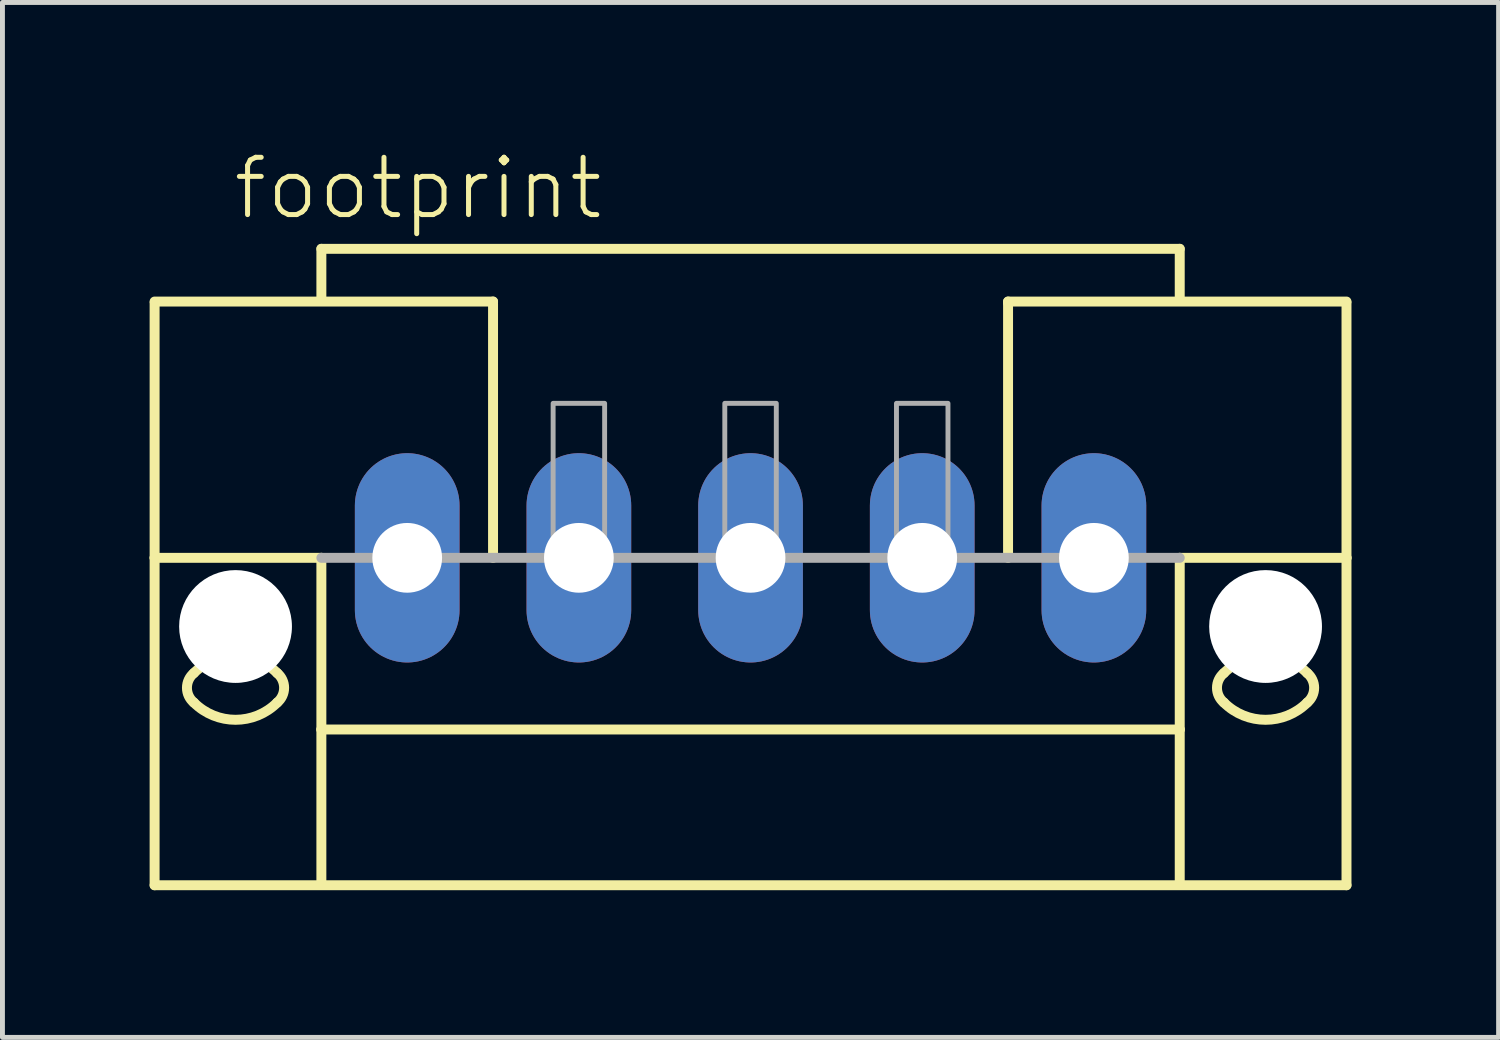
<source format=kicad_pcb>
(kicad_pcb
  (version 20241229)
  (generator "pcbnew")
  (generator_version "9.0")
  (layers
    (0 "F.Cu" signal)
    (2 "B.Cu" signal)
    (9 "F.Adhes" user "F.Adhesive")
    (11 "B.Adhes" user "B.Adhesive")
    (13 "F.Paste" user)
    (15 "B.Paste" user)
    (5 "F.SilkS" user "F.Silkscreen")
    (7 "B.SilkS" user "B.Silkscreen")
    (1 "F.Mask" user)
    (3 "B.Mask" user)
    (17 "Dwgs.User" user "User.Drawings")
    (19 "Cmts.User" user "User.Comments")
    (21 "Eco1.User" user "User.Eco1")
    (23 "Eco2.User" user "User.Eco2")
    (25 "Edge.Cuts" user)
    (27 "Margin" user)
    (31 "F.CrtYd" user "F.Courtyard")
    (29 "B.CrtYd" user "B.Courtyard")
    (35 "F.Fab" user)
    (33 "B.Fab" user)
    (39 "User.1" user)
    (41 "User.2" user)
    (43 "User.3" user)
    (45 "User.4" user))
  (footprint "footprint"
    (layer "F.Cu")
    (at 12.252 8.323)
    (property "Reference" "footprint" (at -10.6 -6.85 0) (layer "F.SilkS") (effects (font (size 1.168 1.168) (thickness 0.102)) (justify left bottom)))
    (fp_line (start -12.15 -5.225) (end -5.25 -5.225) (stroke (width 0.203) (type solid)) (layer "F.SilkS"))
    (fp_line (start -12.15 -5.2) (end -12.15 0) (stroke (width 0.203) (type solid)) (layer "F.SilkS"))
    (fp_line (start -12.15 0) (end -12.15 6.675) (stroke (width 0.203) (type solid)) (layer "F.SilkS"))
    (fp_line (start -12.15 0) (end -8.75 0) (stroke (width 0.203) (type solid)) (layer "F.SilkS"))
    (fp_line (start -12.15 6.675) (end 12.15 6.675) (stroke (width 0.203) (type solid)) (layer "F.SilkS"))
    (fp_line (start -8.75 -6.3) (end 8.75 -6.3) (stroke (width 0.203) (type solid)) (layer "F.SilkS"))
    (fp_line (start -8.75 -5.3) (end -8.75 -6.3) (stroke (width 0.203) (type solid)) (layer "F.SilkS"))
    (fp_line (start -8.75 0) (end -8.75 3.5) (stroke (width 0.203) (type solid)) (layer "F.SilkS"))
    (fp_line (start -8.75 3.5) (end 8.75 3.5) (stroke (width 0.203) (type solid)) (layer "F.SilkS"))
    (fp_line (start -8.75 6.65) (end -8.75 3.5) (stroke (width 0.203) (type solid)) (layer "F.SilkS"))
    (fp_line (start -5.25 -5.225) (end -5.25 -5.2) (stroke (width 0.203) (type solid)) (layer "F.SilkS"))
    (fp_line (start -5.25 -5.175) (end -5.25 0) (stroke (width 0.203) (type solid)) (layer "F.SilkS"))
    (fp_line (start 5.25 -5.225) (end 12.15 -5.225) (stroke (width 0.203) (type solid)) (layer "F.SilkS"))
    (fp_line (start 5.25 -5.2) (end 5.25 -5.225) (stroke (width 0.203) (type solid)) (layer "F.SilkS"))
    (fp_line (start 5.25 0) (end 5.25 -5.175) (stroke (width 0.203) (type solid)) (layer "F.SilkS"))
    (fp_line (start 8.75 -6.3) (end 8.75 -5.3) (stroke (width 0.203) (type solid)) (layer "F.SilkS"))
    (fp_line (start 8.75 3.5) (end 8.75 0) (stroke (width 0.203) (type solid)) (layer "F.SilkS"))
    (fp_line (start 8.75 6.65) (end 8.75 3.5) (stroke (width 0.203) (type solid)) (layer "F.SilkS"))
    (fp_line (start 12.15 0) (end 8.75 0) (stroke (width 0.203) (type solid)) (layer "F.SilkS"))
    (fp_line (start 12.15 0) (end 12.15 -5.2) (stroke (width 0.203) (type solid)) (layer "F.SilkS"))
    (fp_line (start 12.15 6.675) (end 12.15 0) (stroke (width 0.203) (type solid)) (layer "F.SilkS"))
    (fp_arc (start -11.35 2.35) (mid -10.5 1.997918) (end -9.65 2.35) (stroke (width 0.2032) (type solid)) (layer "F.SilkS"))
    (fp_arc (start -11.35 2.95) (mid -11.490512 2.65) (end -11.35 2.35) (stroke (width 0.2032) (type solid)) (layer "F.SilkS"))
    (fp_arc (start -9.65 2.95) (mid -10.5 3.302082) (end -11.35 2.95) (stroke (width 0.2032) (type solid)) (layer "F.SilkS"))
    (fp_arc (start -9.649999 2.350001) (mid -9.509487 2.650001) (end -9.65 2.95) (stroke (width 0.2032) (type solid)) (layer "F.SilkS"))
    (fp_arc (start 9.649999 2.949999) (mid 9.509487 2.649999) (end 9.65 2.35) (stroke (width 0.2032) (type solid)) (layer "F.SilkS"))
    (fp_arc (start 9.65 2.35) (mid 10.5 1.997918) (end 11.35 2.35) (stroke (width 0.2032) (type solid)) (layer "F.SilkS"))
    (fp_arc (start 11.35 2.35) (mid 11.490512 2.65) (end 11.35 2.95) (stroke (width 0.2032) (type solid)) (layer "F.SilkS"))
    (fp_arc (start 11.35 2.95) (mid 10.5 3.302082) (end 9.65 2.95) (stroke (width 0.2032) (type solid)) (layer "F.SilkS"))
    (fp_line (start 8.75 0) (end -8.75 0) (stroke (width 0.203) (type solid)) (layer "F.Fab"))
    (fp_poly (pts (xy -4.025 0) (xy -2.975 0) (xy -2.975 -3.15) (xy -4.025 -3.15)) (stroke (width 0.1) (type solid)) (fill no) (layer "F.Fab"))
    (fp_poly (pts (xy -0.525 0) (xy 0.525 0) (xy 0.525 -3.15) (xy -0.525 -3.15)) (stroke (width 0.1) (type solid)) (fill no) (layer "F.Fab"))
    (fp_poly (pts (xy 2.975 0) (xy 4.025 0) (xy 4.025 -3.15) (xy 2.975 -3.15)) (stroke (width 0.1) (type solid)) (fill no) (layer "F.Fab"))
    (pad "" np_thru_hole circle (at -10.5 1.4) (size 2.3 2.3) (drill 2.3) (layers "*.Cu" "*.Mask"))
    (pad "" np_thru_hole circle (at 10.5 1.4) (size 2.3 2.3) (drill 2.3) (layers "*.Cu" "*.Mask"))
    (pad "1" thru_hole oval (at -7 0 90) (size 4.267 2.134) (drill 1.422) (layers "*.Cu" "*.Mask"))
    (pad "2" thru_hole oval (at -3.5 0 90) (size 4.267 2.134) (drill 1.422) (layers "*.Cu" "*.Mask"))
    (pad "3" thru_hole oval (at 0 0 90) (size 4.267 2.134) (drill 1.422) (layers "*.Cu" "*.Mask"))
    (pad "4" thru_hole oval (at 3.5 0 90) (size 4.267 2.134) (drill 1.422) (layers "*.Cu" "*.Mask"))
    (pad "5" thru_hole oval (at 7 0 90) (size 4.267 2.134) (drill 1.422) (layers "*.Cu" "*.Mask")))
  (gr_rect
    (start -3 -3)
    (end 27.503 18.1)
    (stroke (width 0.1) (type default))
    (fill no)
    (layer "Edge.Cuts")))
</source>
